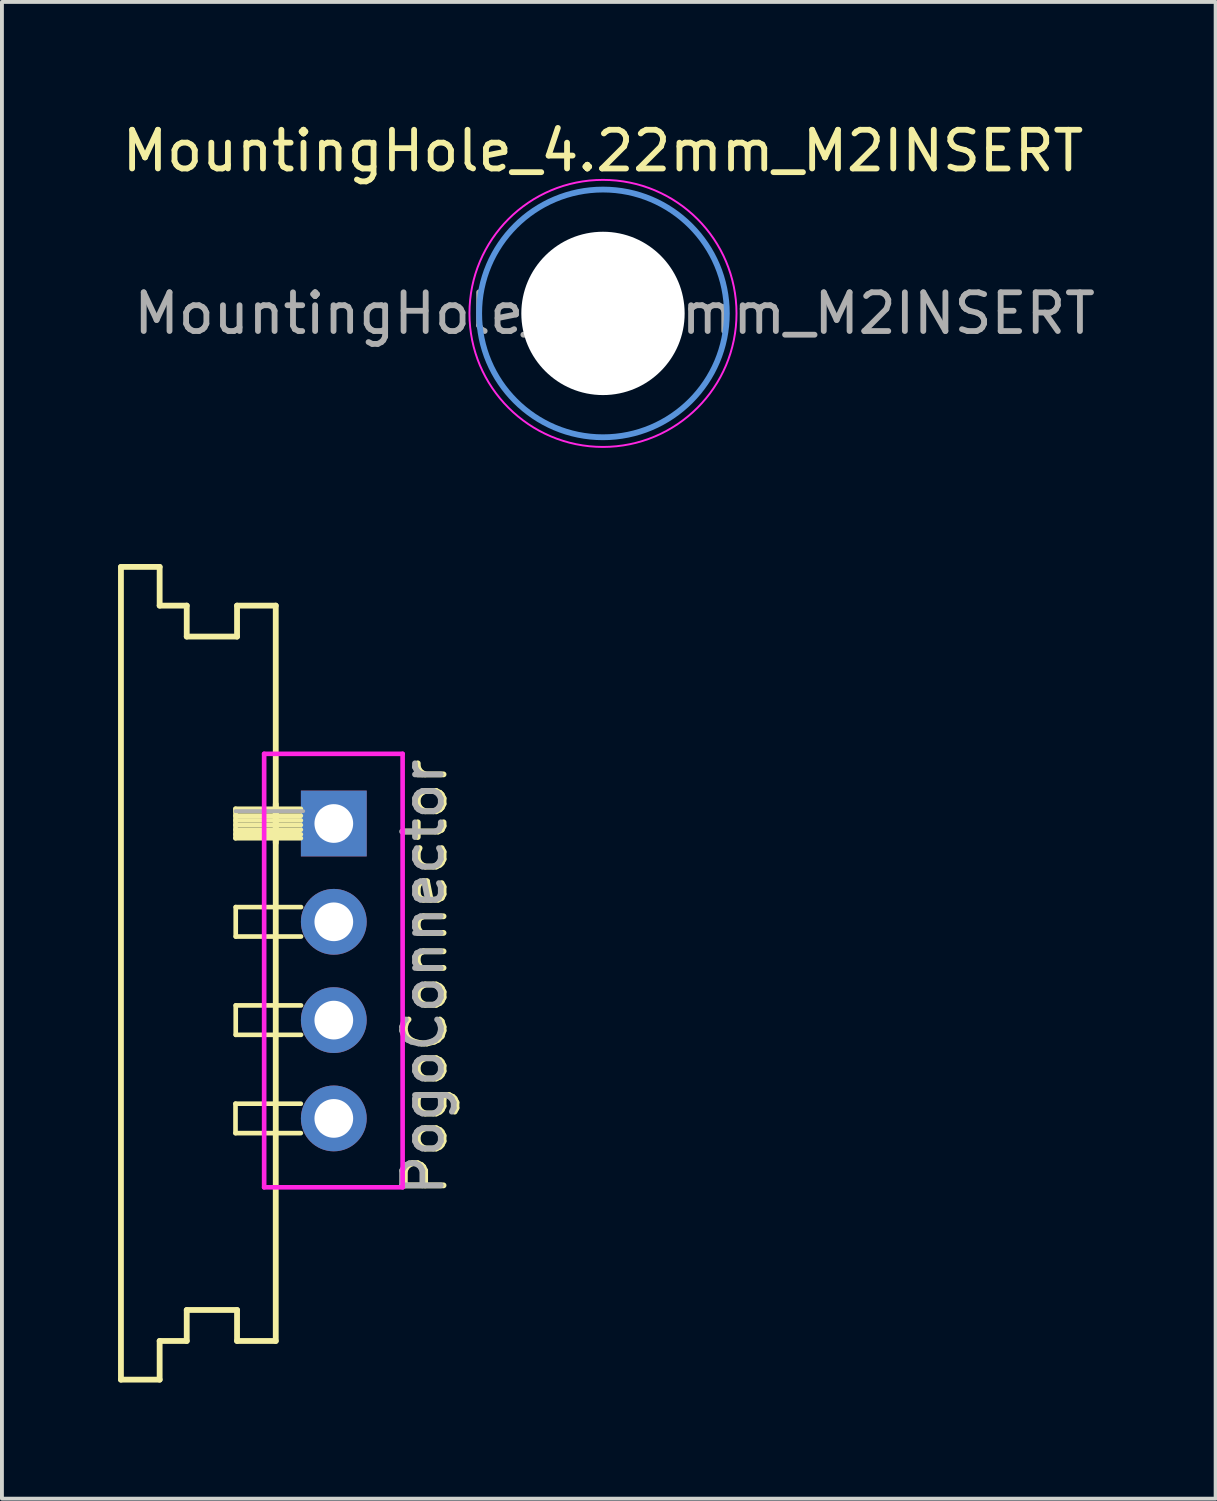
<source format=kicad_pcb>
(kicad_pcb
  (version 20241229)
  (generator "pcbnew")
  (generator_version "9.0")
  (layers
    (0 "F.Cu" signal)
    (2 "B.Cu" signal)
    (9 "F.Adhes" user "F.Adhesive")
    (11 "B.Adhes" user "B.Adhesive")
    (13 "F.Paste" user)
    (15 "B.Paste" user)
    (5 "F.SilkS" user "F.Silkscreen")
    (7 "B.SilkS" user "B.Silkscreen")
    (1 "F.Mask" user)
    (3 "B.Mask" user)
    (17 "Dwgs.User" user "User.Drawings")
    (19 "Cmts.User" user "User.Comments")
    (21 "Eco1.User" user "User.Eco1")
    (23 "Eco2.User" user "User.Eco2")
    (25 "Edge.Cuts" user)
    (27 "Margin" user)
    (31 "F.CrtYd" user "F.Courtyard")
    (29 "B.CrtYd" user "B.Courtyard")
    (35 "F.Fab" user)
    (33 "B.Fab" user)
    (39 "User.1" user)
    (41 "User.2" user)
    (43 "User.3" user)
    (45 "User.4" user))
  (footprint "PogoConnector"
    (layer "F.Cu")
    (at 5.575 18.228)
    (property "Reference" "PogoConnector" (at 2.381 3.969 90) (layer "F.SilkS") (effects (font (size 1 1) (thickness 0.15))))
    (attr through_hole)
    (fp_line (start -5.5 -6.63) (end -5.5 14.37) (stroke (width 0.15) (type solid)) (layer "F.SilkS"))
    (fp_line (start -5.5 -6.63) (end -4.5 -6.63) (stroke (width 0.15) (type solid)) (layer "F.SilkS"))
    (fp_line (start -5.5 14.37) (end -4.5 14.37) (stroke (width 0.15) (type solid)) (layer "F.SilkS"))
    (fp_line (start -4.5 -6.63) (end -4.5 -5.63) (stroke (width 0.15) (type solid)) (layer "F.SilkS"))
    (fp_line (start -4.5 -5.63) (end -3.8 -5.63) (stroke (width 0.15) (type solid)) (layer "F.SilkS"))
    (fp_line (start -4.5 13.37) (end -3.8 13.37) (stroke (width 0.15) (type solid)) (layer "F.SilkS"))
    (fp_line (start -4.5 14.37) (end -4.5 13.37) (stroke (width 0.15) (type solid)) (layer "F.SilkS"))
    (fp_line (start -3.8 -5.63) (end -3.8 -4.83) (stroke (width 0.15) (type solid)) (layer "F.SilkS"))
    (fp_line (start -3.8 -4.83) (end -2.5 -4.83) (stroke (width 0.15) (type solid)) (layer "F.SilkS"))
    (fp_line (start -3.8 12.57) (end -2.5 12.57) (stroke (width 0.15) (type solid)) (layer "F.SilkS"))
    (fp_line (start -3.8 13.37) (end -3.8 12.57) (stroke (width 0.15) (type solid)) (layer "F.SilkS"))
    (fp_line (start -2.54 -0.38) (end -2.54 0.38) (stroke (width 0.12) (type solid)) (layer "F.SilkS"))
    (fp_line (start -2.54 0.38) (end -0.852 0.38) (stroke (width 0.12) (type solid)) (layer "F.SilkS"))
    (fp_line (start -2.54 7.24) (end -2.54 8) (stroke (width 0.12) (type solid)) (layer "F.SilkS"))
    (fp_line (start -2.54 8) (end -0.852 8) (stroke (width 0.12) (type solid)) (layer "F.SilkS"))
    (fp_line (start -2.534 2.16) (end -2.534 2.92) (stroke (width 0.12) (type solid)) (layer "F.SilkS"))
    (fp_line (start -2.534 2.92) (end -0.846 2.92) (stroke (width 0.12) (type solid)) (layer "F.SilkS"))
    (fp_line (start -2.534 4.7) (end -2.534 5.46) (stroke (width 0.12) (type solid)) (layer "F.SilkS"))
    (fp_line (start -2.534 5.46) (end -0.846 5.46) (stroke (width 0.12) (type solid)) (layer "F.SilkS"))
    (fp_line (start -2.5 -5.63) (end -1.5 -5.63) (stroke (width 0.15) (type solid)) (layer "F.SilkS"))
    (fp_line (start -2.5 -4.83) (end -2.5 -5.63) (stroke (width 0.15) (type solid)) (layer "F.SilkS"))
    (fp_line (start -2.5 12.57) (end -2.5 13.37) (stroke (width 0.15) (type solid)) (layer "F.SilkS"))
    (fp_line (start -2.5 13.37) (end -1.5 13.37) (stroke (width 0.15) (type solid)) (layer "F.SilkS"))
    (fp_line (start -1.5 -5.63) (end -1.5 13.37) (stroke (width 0.15) (type solid)) (layer "F.SilkS"))
    (fp_line (start -1.5 0.5) (end -1.5 -0.5) (stroke (width 0.15) (type solid)) (layer "F.SilkS"))
    (fp_line (start -0.852 -0.38) (end -2.54 -0.38) (stroke (width 0.12) (type solid)) (layer "F.SilkS"))
    (fp_line (start -0.852 -0.32) (end -2.54 -0.32) (stroke (width 0.12) (type solid)) (layer "F.SilkS"))
    (fp_line (start -0.852 -0.2) (end -2.54 -0.2) (stroke (width 0.12) (type solid)) (layer "F.SilkS"))
    (fp_line (start -0.852 -0.08) (end -2.54 -0.08) (stroke (width 0.12) (type solid)) (layer "F.SilkS"))
    (fp_line (start -0.852 0.04) (end -2.54 0.04) (stroke (width 0.12) (type solid)) (layer "F.SilkS"))
    (fp_line (start -0.852 0.16) (end -2.54 0.16) (stroke (width 0.12) (type solid)) (layer "F.SilkS"))
    (fp_line (start -0.852 0.28) (end -2.54 0.28) (stroke (width 0.12) (type solid)) (layer "F.SilkS"))
    (fp_line (start -0.852 7.24) (end -2.54 7.24) (stroke (width 0.12) (type solid)) (layer "F.SilkS"))
    (fp_line (start -0.846 2.16) (end -2.534 2.16) (stroke (width 0.12) (type solid)) (layer "F.SilkS"))
    (fp_line (start -0.846 4.7) (end -2.534 4.7) (stroke (width 0.12) (type solid)) (layer "F.SilkS"))
    (fp_line (start -1.8 -1.8) (end -1.8 9.4) (stroke (width 0.05) (type solid)) (layer "F.CrtYd"))
    (fp_line (start -1.8 -1.8) (end -1.8 9.4) (stroke (width 0.12) (type solid)) (layer "F.CrtYd"))
    (fp_line (start -1.8 9.4) (end 1.778 9.398) (stroke (width 0.05) (type solid)) (layer "F.CrtYd"))
    (fp_line (start -1.8 9.4) (end 1.778 9.4) (stroke (width 0.12) (type solid)) (layer "F.CrtYd"))
    (fp_line (start 1.778 -1.8) (end -1.8 -1.8) (stroke (width 0.05) (type solid)) (layer "F.CrtYd"))
    (fp_line (start 1.778 -1.8) (end -1.8 -1.8) (stroke (width 0.12) (type solid)) (layer "F.CrtYd"))
    (fp_line (start 1.778 9.4) (end 1.778 -1.8) (stroke (width 0.05) (type solid)) (layer "F.CrtYd"))
    (fp_line (start 1.778 9.4) (end 1.778 -1.8) (stroke (width 0.12) (type solid)) (layer "F.CrtYd"))
    (fp_line (start -0.792 -0.32) (end -2.54 -0.32) (stroke (width 0.1) (type solid)) (layer "F.Fab"))
    (fp_line (start -0.32 -0.32) (end -0.32 0.32) (stroke (width 0.1) (type solid)) (layer "F.Fab"))
    (fp_line (start -0.32 2.22) (end -0.32 2.86) (stroke (width 0.1) (type solid)) (layer "F.Fab"))
    (fp_line (start -0.32 4.76) (end -0.32 5.4) (stroke (width 0.1) (type solid)) (layer "F.Fab"))
    (fp_line (start -0.32 7.3) (end -0.32 7.94) (stroke (width 0.1) (type solid)) (layer "F.Fab"))
    (fp_text user "${REFERENCE}" (at 2.31 3.969 90) (layer "F.Fab") (effects (font (size 1 1) (thickness 0.15))))
    (pad "1" thru_hole rect (at 0 0) (size 1.7 1.7) (drill 1) (layers "*.Cu" "*.Mask"))
    (pad "2" thru_hole oval (at 0 2.54) (size 1.7 1.7) (drill 1) (layers "*.Cu" "*.Mask"))
    (pad "3" thru_hole oval (at 0 5.08) (size 1.7 1.7) (drill 1) (layers "*.Cu" "*.Mask"))
    (pad "4" thru_hole oval (at 0 7.62) (size 1.7 1.7) (drill 1) (layers "*.Cu" "*.Mask")))
  (footprint "MountingHole_4.22mm_M2INSERT"
    (layer "F.Cu")
    (at 12.53 5.048)
    (property "Reference" "MountingHole_4.22mm_M2INSERT" (at 0 -4.2 0) (layer "F.SilkS") (effects (font (size 1 1) (thickness 0.15))))
    (attr exclude_from_pos_files exclude_from_bom)
    (fp_circle (center 0 0) (end 3.2 0) (stroke (width 0.15) (type solid)) (fill no) (layer "Cmts.User"))
    (fp_circle (center 0 0) (end 3.45 0) (stroke (width 0.05) (type solid)) (fill no) (layer "F.CrtYd"))
    (fp_text user "${REFERENCE}" (at 0.3 0 0) (layer "F.Fab") (effects (font (size 1 1) (thickness 0.15))))
    (pad "" np_thru_hole circle (at 0 0) (size 4.22 4.22) (drill 4.22) (layers "*.Cu" "*.Mask")))
  (gr_rect
    (start -3 -3)
    (end 28.36 35.673)
    (stroke (width 0.1) (type default))
    (fill no)
    (layer "Edge.Cuts")))
</source>
